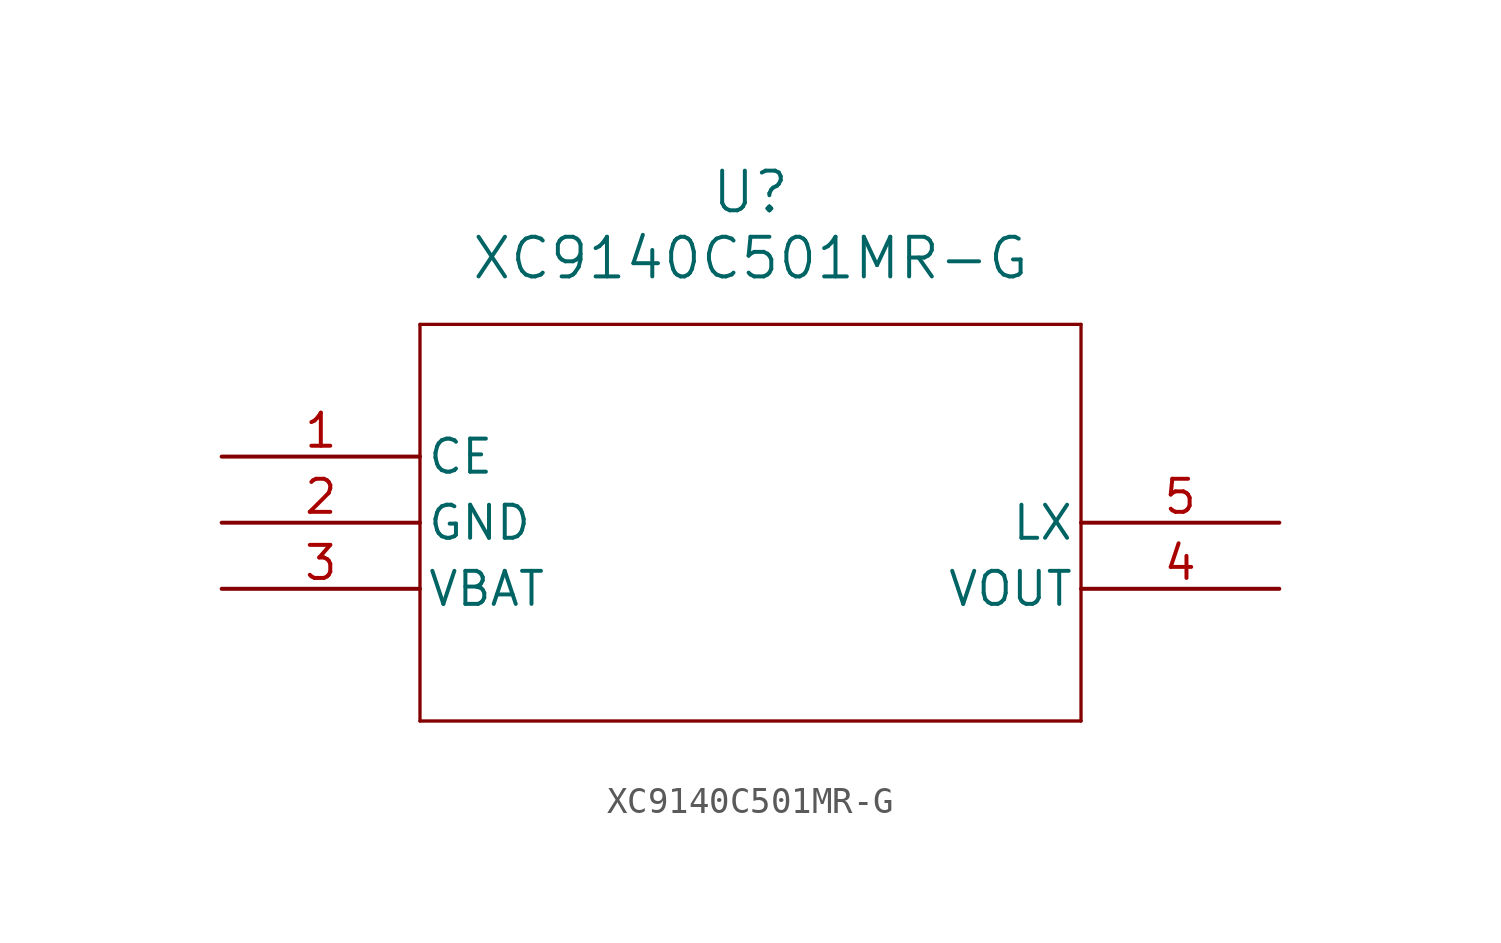
<source format=kicad_sym>
(kicad_symbol_lib
  (version 20211014)
  (generator kicad_symbol_editor)
  (symbol "XC9140C501MR-G"
    (pin_names
      (offset 0.254))
    (property "Reference" "U"
      (at 20.32 10.16 0)
      (effects (font (size 1.524 1.524))))
    (property "Value" "XC9140C501MR-G"
      (at 20.32 7.62 0)
      (effects (font (size 1.524 1.524))))
    (symbol "XC9140C501MR-G_0_1"
      (polyline (pts (xy 7.62 5.08) (xy 7.62 -10.16)) (stroke (width 0.127) (type default) (color 0 0 0 0)) (fill (type none)))
      (polyline (pts (xy 7.62 -10.16) (xy 33.02 -10.16)) (stroke (width 0.127) (type default) (color 0 0 0 0)) (fill (type none)))
      (polyline (pts (xy 33.02 -10.16) (xy 33.02 5.08)) (stroke (width 0.127) (type default) (color 0 0 0 0)) (fill (type none)))
      (polyline (pts (xy 33.02 5.08) (xy 7.62 5.08)) (stroke (width 0.127) (type default) (color 0 0 0 0)) (fill (type none)))
      (pin bidirectional line (at 0 0 0) (length 7.62) (name "CE" (effects (font (size 1.27 1.27)))) (number "1" (effects (font (size 1.27 1.27)))))
      (pin power_out line (at 0 -2.54 0) (length 7.62) (name "GND" (effects (font (size 1.27 1.27)))) (number "2" (effects (font (size 1.27 1.27)))))
      (pin output line (at 0 -5.08 0) (length 7.62) (name "VBAT" (effects (font (size 1.27 1.27)))) (number "3" (effects (font (size 1.27 1.27)))))
      (pin power_in line (at 40.64 -5.08 180) (length 7.62) (name "VOUT" (effects (font (size 1.27 1.27)))) (number "4" (effects (font (size 1.27 1.27)))))
      (pin unspecified line (at 40.64 -2.54 180) (length 7.62) (name "LX" (effects (font (size 1.27 1.27)))) (number "5" (effects (font (size 1.27 1.27))))))))
</source>
